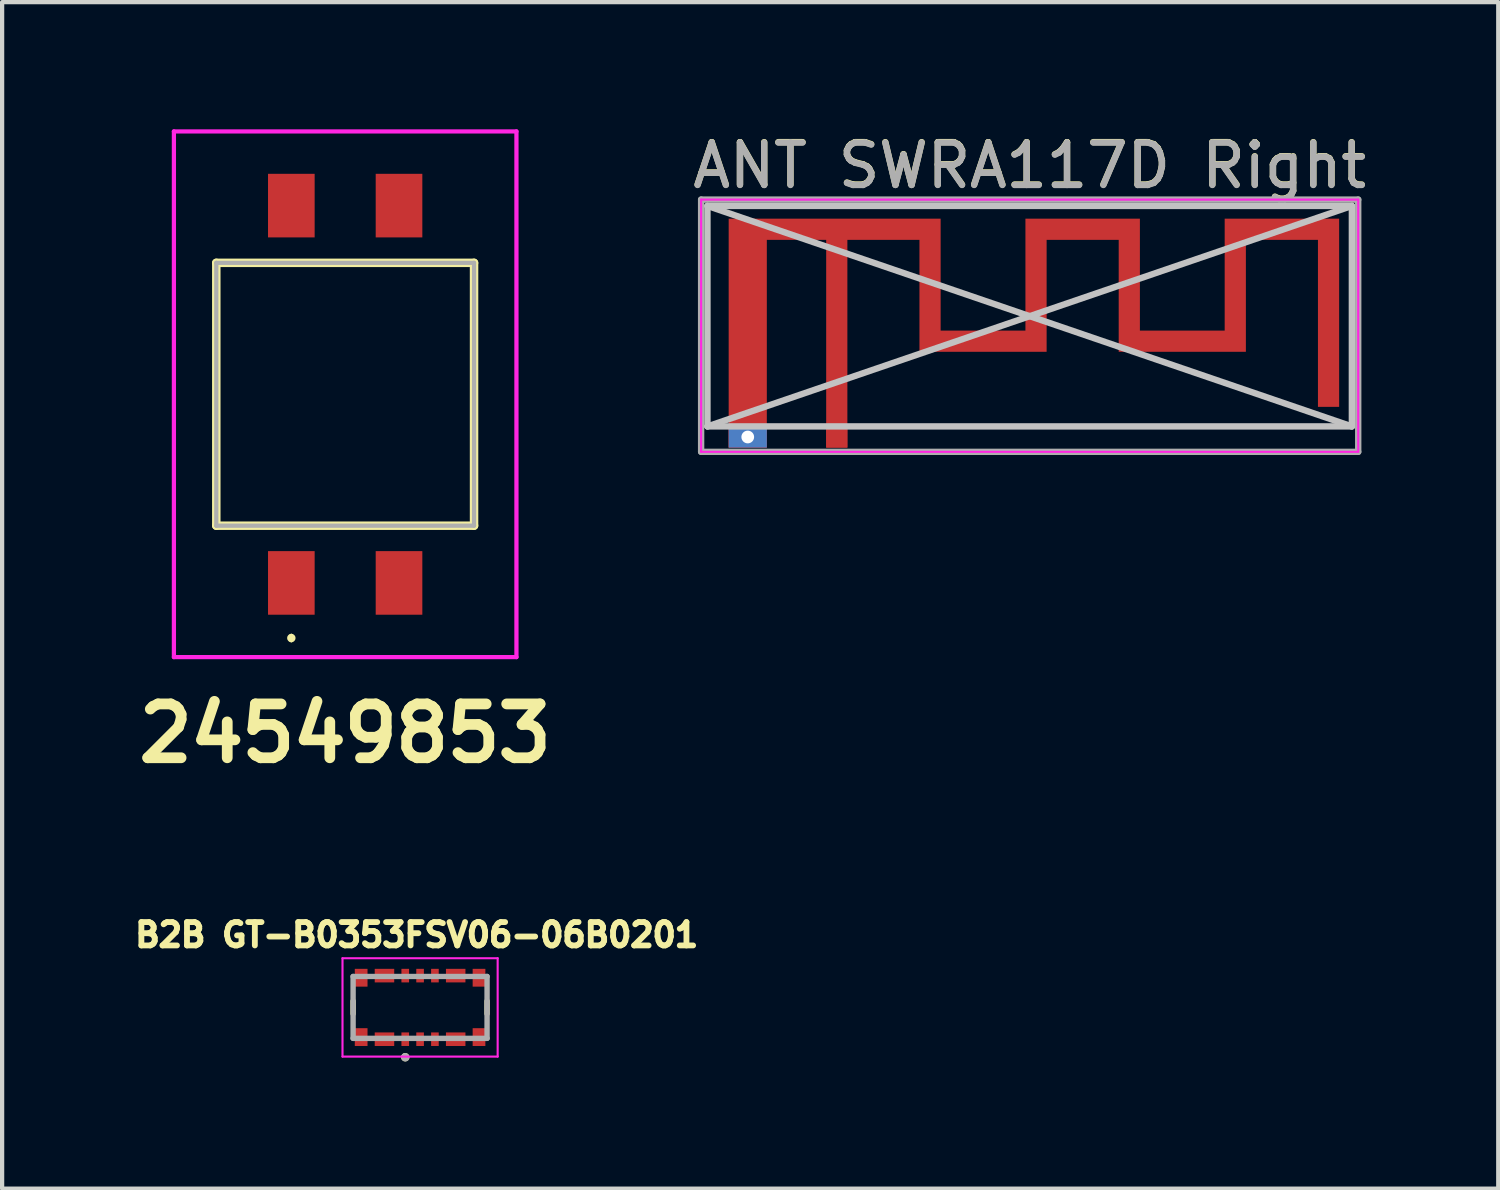
<source format=kicad_pcb>
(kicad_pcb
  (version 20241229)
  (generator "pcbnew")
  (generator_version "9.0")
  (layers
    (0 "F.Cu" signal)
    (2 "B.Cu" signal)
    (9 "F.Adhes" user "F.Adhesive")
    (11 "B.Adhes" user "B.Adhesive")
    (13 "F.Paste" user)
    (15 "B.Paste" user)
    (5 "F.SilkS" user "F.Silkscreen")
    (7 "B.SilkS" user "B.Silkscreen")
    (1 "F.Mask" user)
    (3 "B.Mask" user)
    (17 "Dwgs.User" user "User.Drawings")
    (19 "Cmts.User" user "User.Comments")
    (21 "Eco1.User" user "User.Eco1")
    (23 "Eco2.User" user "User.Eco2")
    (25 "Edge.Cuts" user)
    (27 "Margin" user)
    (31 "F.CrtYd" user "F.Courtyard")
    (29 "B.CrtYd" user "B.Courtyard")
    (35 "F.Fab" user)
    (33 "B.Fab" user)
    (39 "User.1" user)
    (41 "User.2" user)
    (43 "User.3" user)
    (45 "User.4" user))
  (footprint "24549853"
    (layer "F.Cu")
    (at 5.092 6.25)
    (property "Reference" "24549853" (at 0 8 0) (layer "F.SilkS") (effects (font (size 1.27 1.27) (thickness 0.254))))
    (attr smd)
    (fp_line (start -3.04 -3.1) (end 3.04 -3.1) (stroke (width 0.2) (type solid)) (layer "F.SilkS"))
    (fp_line (start -3.04 3.1) (end -3.04 -3.1) (stroke (width 0.2) (type solid)) (layer "F.SilkS"))
    (fp_line (start -1.27 5.7) (end -1.27 5.7) (stroke (width 0.1) (type solid)) (layer "F.SilkS"))
    (fp_line (start -1.27 5.8) (end -1.27 5.8) (stroke (width 0.1) (type solid)) (layer "F.SilkS"))
    (fp_line (start 3.04 -3.1) (end 3.04 3.1) (stroke (width 0.2) (type solid)) (layer "F.SilkS"))
    (fp_line (start 3.04 3.1) (end -3.04 3.1) (stroke (width 0.2) (type solid)) (layer "F.SilkS"))
    (fp_arc (start -1.27 5.7) (mid -1.22 5.75) (end -1.27 5.8) (stroke (width 0.1) (type solid)) (layer "F.SilkS"))
    (fp_arc (start -1.27 5.8) (mid -1.32 5.75) (end -1.27 5.7) (stroke (width 0.1) (type solid)) (layer "F.SilkS"))
    (fp_line (start -4.04 -6.2) (end 4.04 -6.2) (stroke (width 0.1) (type solid)) (layer "F.CrtYd"))
    (fp_line (start -4.04 6.2) (end -4.04 -6.2) (stroke (width 0.1) (type solid)) (layer "F.CrtYd"))
    (fp_line (start 4.04 -6.2) (end 4.04 6.2) (stroke (width 0.1) (type solid)) (layer "F.CrtYd"))
    (fp_line (start 4.04 6.2) (end -4.04 6.2) (stroke (width 0.1) (type solid)) (layer "F.CrtYd"))
    (fp_line (start -3.04 -3.1) (end 3.04 -3.1) (stroke (width 0.1) (type solid)) (layer "F.Fab"))
    (fp_line (start -3.04 3.1) (end -3.04 -3.1) (stroke (width 0.1) (type solid)) (layer "F.Fab"))
    (fp_line (start 3.04 -3.1) (end 3.04 3.1) (stroke (width 0.1) (type solid)) (layer "F.Fab"))
    (fp_line (start 3.04 3.1) (end -3.04 3.1) (stroke (width 0.1) (type solid)) (layer "F.Fab"))
    (pad "1" smd rect (at -1.27 4.45) (size 1.1 1.5) (layers "F.Cu" "F.Mask" "F.Paste"))
    (pad "2" smd rect (at 1.27 4.45) (size 1.1 1.5) (layers "F.Cu" "F.Mask" "F.Paste"))
    (pad "3" smd rect (at 1.27 -4.45) (size 1.1 1.5) (layers "F.Cu" "F.Mask" "F.Paste"))
    (pad "4" smd rect (at -1.27 -4.45) (size 1.1 1.5) (layers "F.Cu" "F.Mask" "F.Paste")))
  (footprint "B2B GT-B0353FSV06-06B0201"
    (layer "F.Cu")
    (at 6.859 20.713)
    (property "Reference" "B2B GT-B0353FSV06-06B0201" (at -0.08 -1.71 0) (layer "F.SilkS") (effects (font (size 0.551 0.551) (thickness 0.138))))
    (attr smd)
    (fp_poly (pts (xy -1.12 -0.96) (xy -0.56 -0.96) (xy -0.56 -0.54) (xy -1.12 -0.54)) (stroke (width 0.01) (type solid)) (fill yes) (layer "F.Mask"))
    (fp_poly (pts (xy -1.12 0.54) (xy -0.56 0.54) (xy -0.56 0.96) (xy -1.12 0.96)) (stroke (width 0.01) (type solid)) (fill yes) (layer "F.Mask"))
    (fp_poly (pts (xy -0.49 -0.96) (xy -0.21 -0.96) (xy -0.21 -0.54) (xy -0.49 -0.54)) (stroke (width 0.01) (type solid)) (fill yes) (layer "F.Mask"))
    (fp_poly (pts (xy -0.49 0.54) (xy -0.21 0.54) (xy -0.21 0.96) (xy -0.49 0.96)) (stroke (width 0.01) (type solid)) (fill yes) (layer "F.Mask"))
    (fp_poly (pts (xy -0.14 -0.96) (xy 0.14 -0.96) (xy 0.14 -0.54) (xy -0.14 -0.54)) (stroke (width 0.01) (type solid)) (fill yes) (layer "F.Mask"))
    (fp_poly (pts (xy -0.14 0.54) (xy 0.14 0.54) (xy 0.14 0.96) (xy -0.14 0.96)) (stroke (width 0.01) (type solid)) (fill yes) (layer "F.Mask"))
    (fp_poly (pts (xy 0.21 -0.96) (xy 0.49 -0.96) (xy 0.49 -0.54) (xy 0.21 -0.54)) (stroke (width 0.01) (type solid)) (fill yes) (layer "F.Mask"))
    (fp_poly (pts (xy 0.21 0.54) (xy 0.49 0.54) (xy 0.49 0.96) (xy 0.21 0.96)) (stroke (width 0.01) (type solid)) (fill yes) (layer "F.Mask"))
    (fp_poly (pts (xy 0.56 -0.96) (xy 1.12 -0.96) (xy 1.12 -0.54) (xy 0.56 -0.54)) (stroke (width 0.01) (type solid)) (fill yes) (layer "F.Mask"))
    (fp_poly (pts (xy 0.56 0.54) (xy 1.12 0.54) (xy 1.12 0.96) (xy 0.56 0.96)) (stroke (width 0.01) (type solid)) (fill yes) (layer "F.Mask"))
    (fp_line (start -1.58 -0.15) (end -1.58 0.15) (stroke (width 0.127) (type solid)) (layer "F.SilkS"))
    (fp_line (start 1.58 -0.15) (end 1.58 0.15) (stroke (width 0.127) (type solid)) (layer "F.SilkS"))
    (fp_circle (center -0.35 1.175) (end -0.3 1.175) (stroke (width 0.1) (type solid)) (fill no) (layer "F.SilkS"))
    (fp_line (start -1.83 -1.16) (end -1.83 1.16) (stroke (width 0.05) (type solid)) (layer "F.CrtYd"))
    (fp_line (start -1.83 1.16) (end 1.83 1.16) (stroke (width 0.05) (type solid)) (layer "F.CrtYd"))
    (fp_line (start 1.83 -1.16) (end -1.83 -1.16) (stroke (width 0.05) (type solid)) (layer "F.CrtYd"))
    (fp_line (start 1.83 1.16) (end 1.83 -1.16) (stroke (width 0.05) (type solid)) (layer "F.CrtYd"))
    (fp_line (start -1.58 -0.73) (end -1.58 0.73) (stroke (width 0.127) (type solid)) (layer "F.Fab"))
    (fp_line (start -1.58 0.73) (end 1.58 0.73) (stroke (width 0.127) (type solid)) (layer "F.Fab"))
    (fp_line (start 1.58 -0.73) (end -1.58 -0.73) (stroke (width 0.127) (type solid)) (layer "F.Fab"))
    (fp_line (start 1.58 0.73) (end 1.58 -0.73) (stroke (width 0.127) (type solid)) (layer "F.Fab"))
    (fp_circle (center -0.35 1.175) (end -0.3 1.175) (stroke (width 0.1) (type solid)) (fill no) (layer "F.Fab"))
    (pad "1" smd rect (at -0.35 0.75) (size 0.18 0.32) (layers "F.Cu" "F.Paste"))
    (pad "2" smd rect (at -0.35 -0.75) (size 0.18 0.32) (layers "F.Cu" "F.Paste"))
    (pad "3" smd rect (at 0 0.75) (size 0.18 0.32) (layers "F.Cu" "F.Paste"))
    (pad "4" smd rect (at 0 -0.75) (size 0.18 0.32) (layers "F.Cu" "F.Paste"))
    (pad "5" smd rect (at 0.35 0.75) (size 0.18 0.32) (layers "F.Cu" "F.Paste"))
    (pad "6" smd rect (at 0.35 -0.75) (size 0.18 0.32) (layers "F.Cu" "F.Paste"))
    (pad "P1" smd rect (at -0.84 0.75) (size 0.46 0.32) (layers "F.Cu" "F.Paste"))
    (pad "P1_2" smd rect (at -0.84 -0.75) (size 0.46 0.32) (layers "F.Cu" "F.Paste"))
    (pad "P2" smd rect (at 0.84 0.75) (size 0.46 0.32) (layers "F.Cu" "F.Paste"))
    (pad "P2_2" smd rect (at 0.84 -0.75) (size 0.46 0.32) (layers "F.Cu" "F.Paste"))
    (pad "S1" smd rect (at -1.39 0.7) (size 0.3 0.42) (layers "F.Cu" "F.Mask" "F.Paste"))
    (pad "S2" smd rect (at -1.39 -0.7) (size 0.3 0.42) (layers "F.Cu" "F.Mask" "F.Paste"))
    (pad "S3" smd rect (at 1.39 0.7) (size 0.3 0.42) (layers "F.Cu" "F.Mask" "F.Paste"))
    (pad "S4" smd rect (at 1.39 -0.7) (size 0.3 0.42) (layers "F.Cu" "F.Mask" "F.Paste"))
    (zone (net_name "") (layer "F.Cu") (hatch full 0.508) (connect_pads) (min_thickness 0.01) (filled_areas_thickness no) (keepout (tracks not_allowed) (vias not_allowed) (pads not_allowed) (copperpour not_allowed) (footprints allowed)) (placement (enabled no)) (fill) (polygon (pts (xy 5.789 20.123) (xy 7.929 20.123) (xy 7.929 21.303) (xy 5.789 21.303))))
    (zone (net_name "") (layers "F.Cu" "B.Cu") (hatch full 0.508) (connect_pads) (min_thickness 0.01) (filled_areas_thickness no) (keepout (tracks allowed) (vias not_allowed) (pads allowed) (copperpour allowed) (footprints allowed)) (placement (enabled no)) (fill) (polygon (pts (xy 5.789 20.123) (xy 7.929 20.123) (xy 7.929 21.303) (xy 5.789 21.303)))))
  (footprint "ANT SWRA117D Right"
    (layer "F.Cu")
    (at 16.688 7.258)
    (property "Reference" "ANT SWRA117D Right" (at 4.55 -6.41 0) (layer "F.SilkS") (effects (font (size 1 1) (thickness 0.15))))
    (attr exclude_from_pos_files exclude_from_bom)
    (fp_poly (pts (xy 2.45 -2.51) (xy 4.45 -2.51) (xy 4.45 -5.15) (xy 7.15 -5.15) (xy 7.15 -2.51) (xy 9.15 -2.51) (xy 9.15 -5.15) (xy 11.85 -5.15) (xy 11.85 -0.71) (xy 11.35 -0.71) (xy 11.35 -4.65) (xy 9.65 -4.65) (xy 9.65 -2.01) (xy 6.65 -2.01) (xy 6.65 -4.65) (xy 4.95 -4.65) (xy 4.95 -2.01) (xy 1.95 -2.01) (xy 1.95 -4.65) (xy 0.25 -4.65) (xy 0.25 0.25) (xy -0.25 0.25) (xy -0.25 -4.65) (xy -1.65 -4.65) (xy -1.65 0.25) (xy -2.55 0.25) (xy -2.55 0.007) (xy -2.248 0.007) (xy -2.238 0.054) (xy -2.214 0.097) (xy -2.176 0.13) (xy -2.168 0.134) (xy -2.125 0.146) (xy -2.077 0.145) (xy -2.031 0.132) (xy -2.013 0.122) (xy -1.979 0.087) (xy -1.958 0.041) (xy -1.952 -0.008) (xy -1.96 -0.056) (xy -1.977 -0.089) (xy -2.012 -0.121) (xy -2.058 -0.141) (xy -2.107 -0.148) (xy -2.155 -0.14) (xy -2.188 -0.123) (xy -2.223 -0.086) (xy -2.243 -0.042) (xy -2.248 0.007) (xy -2.55 0.007) (xy -2.55 -5.15) (xy 2.45 -5.15) (xy 2.45 -2.51)) (stroke (width 0) (type solid)) (fill yes) (layer "F.Cu"))
    (fp_line (start -3.05 -5.45) (end 12.15 -5.45) (stroke (width 0.15) (type solid)) (layer "Dwgs.User"))
    (fp_line (start -3.05 -5.45) (end 12.15 -0.25) (stroke (width 0.15) (type solid)) (layer "Dwgs.User"))
    (fp_line (start -3.05 -0.25) (end -3.05 -5.45) (stroke (width 0.15) (type solid)) (layer "Dwgs.User"))
    (fp_line (start -3.05 -0.25) (end 12.15 -5.45) (stroke (width 0.15) (type solid)) (layer "Dwgs.User"))
    (fp_line (start -3.05 -0.25) (end 12.15 -0.25) (stroke (width 0.15) (type solid)) (layer "Dwgs.User"))
    (fp_line (start 12.15 -0.25) (end 12.15 -5.45) (stroke (width 0.15) (type solid)) (layer "Dwgs.User"))
    (fp_line (start -3.2 -5.6) (end 12.3 -5.6) (stroke (width 0.05) (type solid)) (layer "F.CrtYd"))
    (fp_line (start -3.2 0.35) (end -3.2 -5.6) (stroke (width 0.05) (type solid)) (layer "F.CrtYd"))
    (fp_line (start 12.3 -5.6) (end 12.3 0.35) (stroke (width 0.05) (type solid)) (layer "F.CrtYd"))
    (fp_line (start 12.3 0.35) (end -3.2 0.35) (stroke (width 0.05) (type solid)) (layer "F.CrtYd"))
    (fp_line (start -3.2 -5.6) (end 12.3 -5.6) (stroke (width 0.15) (type solid)) (layer "F.Fab"))
    (fp_line (start -3.2 0.35) (end -3.2 -5.6) (stroke (width 0.15) (type solid)) (layer "F.Fab"))
    (fp_line (start 12.3 -5.6) (end 12.3 0.35) (stroke (width 0.15) (type solid)) (layer "F.Fab"))
    (fp_line (start 12.3 0.35) (end -3.2 0.35) (stroke (width 0.15) (type solid)) (layer "F.Fab"))
    (fp_text user "${REFERENCE}" (at 4.55 -6.4 0) (layer "F.Fab") (effects (font (size 1 1) (thickness 0.15))))
    (pad "1" connect rect (at 0 0) (size 0.5 0.5) (layers "F.Cu"))
    (pad "2" thru_hole rect (at -2.1 0) (size 0.9 0.5) (drill 0.3) (layers "*.Cu")))
  (gr_rect
    (start -3 -3)
    (end 32.291 24.988)
    (stroke (width 0.1) (type default))
    (fill no)
    (layer "Edge.Cuts")))
</source>
